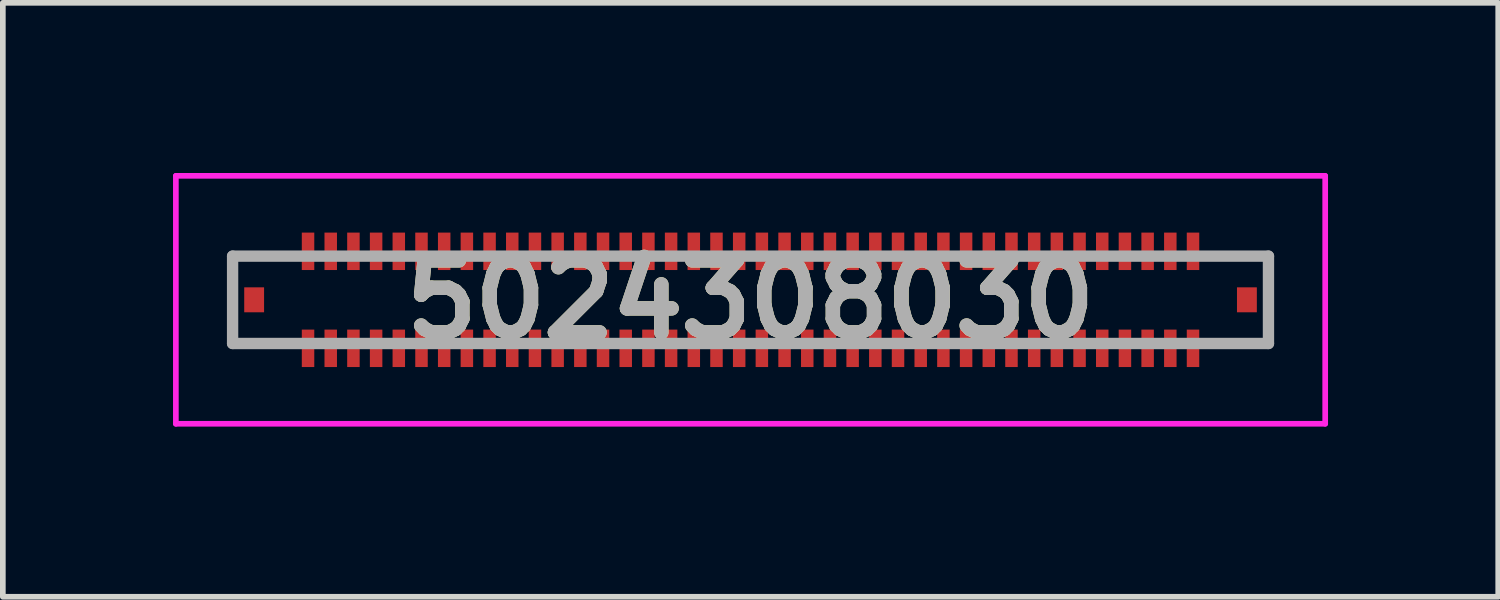
<source format=kicad_pcb>
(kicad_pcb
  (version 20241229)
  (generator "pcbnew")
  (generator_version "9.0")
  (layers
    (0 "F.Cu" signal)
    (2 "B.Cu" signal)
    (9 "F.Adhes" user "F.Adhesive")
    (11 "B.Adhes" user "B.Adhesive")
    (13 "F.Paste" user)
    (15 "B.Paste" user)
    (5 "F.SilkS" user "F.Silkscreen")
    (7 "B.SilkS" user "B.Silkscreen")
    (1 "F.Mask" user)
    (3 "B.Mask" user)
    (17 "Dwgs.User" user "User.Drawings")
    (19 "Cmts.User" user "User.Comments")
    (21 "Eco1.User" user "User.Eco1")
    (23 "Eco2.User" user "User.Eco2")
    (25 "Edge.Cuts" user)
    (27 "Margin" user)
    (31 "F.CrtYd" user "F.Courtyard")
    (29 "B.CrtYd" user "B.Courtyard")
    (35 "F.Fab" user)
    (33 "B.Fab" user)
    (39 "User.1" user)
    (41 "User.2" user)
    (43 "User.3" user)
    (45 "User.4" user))
  (footprint "5024308030"
    (layer "F.Cu")
    (at 10.18 2.235)
    (property "Reference" "5024308030" (at 0 0 0) (layer "F.SilkS") (effects (font (size 1.27 1.27) (thickness 0.254))))
    (attr smd)
    (fp_line (start -9.13 -0.77) (end -9.13 0.77) (stroke (width 0.1) (type solid)) (layer "F.SilkS"))
    (fp_line (start -9.13 0.77) (end -8.4 0.77) (stroke (width 0.1) (type solid)) (layer "F.SilkS"))
    (fp_line (start -8.4 -0.8) (end -9.13 -0.77) (stroke (width 0.1) (type solid)) (layer "F.SilkS"))
    (fp_line (start 8.4 -0.8) (end 9.13 -0.8) (stroke (width 0.1) (type solid)) (layer "F.SilkS"))
    (fp_line (start 9.13 -0.8) (end 9.13 0.77) (stroke (width 0.1) (type solid)) (layer "F.SilkS"))
    (fp_line (start 9.13 0.77) (end 8.4 0.77) (stroke (width 0.1) (type solid)) (layer "F.SilkS"))
    (fp_line (start -10.13 -2.185) (end 10.13 -2.185) (stroke (width 0.1) (type solid)) (layer "F.CrtYd"))
    (fp_line (start -10.13 2.185) (end -10.13 -2.185) (stroke (width 0.1) (type solid)) (layer "F.CrtYd"))
    (fp_line (start 10.13 -2.185) (end 10.13 2.185) (stroke (width 0.1) (type solid)) (layer "F.CrtYd"))
    (fp_line (start 10.13 2.185) (end -10.13 2.185) (stroke (width 0.1) (type solid)) (layer "F.CrtYd"))
    (fp_line (start -9.13 -0.77) (end 9.13 -0.77) (stroke (width 0.2) (type solid)) (layer "F.Fab"))
    (fp_line (start -9.13 0.77) (end -9.13 -0.77) (stroke (width 0.2) (type solid)) (layer "F.Fab"))
    (fp_line (start 9.13 -0.77) (end 9.13 0.77) (stroke (width 0.2) (type solid)) (layer "F.Fab"))
    (fp_line (start 9.13 0.77) (end -9.13 0.77) (stroke (width 0.2) (type solid)) (layer "F.Fab"))
    (fp_text user "${REFERENCE}" (at 0 0 0) (layer "F.Fab") (effects (font (size 1.27 1.27) (thickness 0.254))))
    (pad "1" smd rect (at -7.8 0.855) (size 0.22 0.66) (layers "F.Cu" "F.Mask" "F.Paste"))
    (pad "2" smd rect (at -7.8 -0.855) (size 0.22 0.66) (layers "F.Cu" "F.Mask" "F.Paste"))
    (pad "3" smd rect (at -7.4 0.855) (size 0.22 0.66) (layers "F.Cu" "F.Mask" "F.Paste"))
    (pad "4" smd rect (at -7.4 -0.855) (size 0.22 0.66) (layers "F.Cu" "F.Mask" "F.Paste"))
    (pad "5" smd rect (at -7 0.855) (size 0.22 0.66) (layers "F.Cu" "F.Mask" "F.Paste"))
    (pad "6" smd rect (at -7 -0.855) (size 0.22 0.66) (layers "F.Cu" "F.Mask" "F.Paste"))
    (pad "7" smd rect (at -6.6 0.855) (size 0.22 0.66) (layers "F.Cu" "F.Mask" "F.Paste"))
    (pad "8" smd rect (at -6.6 -0.855) (size 0.22 0.66) (layers "F.Cu" "F.Mask" "F.Paste"))
    (pad "9" smd rect (at -6.2 0.855) (size 0.22 0.66) (layers "F.Cu" "F.Mask" "F.Paste"))
    (pad "10" smd rect (at -6.2 -0.855) (size 0.22 0.66) (layers "F.Cu" "F.Mask" "F.Paste"))
    (pad "11" smd rect (at -5.8 0.855) (size 0.22 0.66) (layers "F.Cu" "F.Mask" "F.Paste"))
    (pad "12" smd rect (at -5.8 -0.855) (size 0.22 0.66) (layers "F.Cu" "F.Mask" "F.Paste"))
    (pad "13" smd rect (at -5.4 0.855) (size 0.22 0.66) (layers "F.Cu" "F.Mask" "F.Paste"))
    (pad "14" smd rect (at -5.4 -0.855) (size 0.22 0.66) (layers "F.Cu" "F.Mask" "F.Paste"))
    (pad "15" smd rect (at -5 0.855) (size 0.22 0.66) (layers "F.Cu" "F.Mask" "F.Paste"))
    (pad "16" smd rect (at -5 -0.855) (size 0.22 0.66) (layers "F.Cu" "F.Mask" "F.Paste"))
    (pad "17" smd rect (at -4.6 0.855) (size 0.22 0.66) (layers "F.Cu" "F.Mask" "F.Paste"))
    (pad "18" smd rect (at -4.6 -0.855) (size 0.22 0.66) (layers "F.Cu" "F.Mask" "F.Paste"))
    (pad "19" smd rect (at -4.2 0.855) (size 0.22 0.66) (layers "F.Cu" "F.Mask" "F.Paste"))
    (pad "20" smd rect (at -4.2 -0.855) (size 0.22 0.66) (layers "F.Cu" "F.Mask" "F.Paste"))
    (pad "21" smd rect (at -3.8 0.855) (size 0.22 0.66) (layers "F.Cu" "F.Mask" "F.Paste"))
    (pad "22" smd rect (at -3.8 -0.855) (size 0.22 0.66) (layers "F.Cu" "F.Mask" "F.Paste"))
    (pad "23" smd rect (at -3.4 0.855) (size 0.22 0.66) (layers "F.Cu" "F.Mask" "F.Paste"))
    (pad "24" smd rect (at -3.4 -0.855) (size 0.22 0.66) (layers "F.Cu" "F.Mask" "F.Paste"))
    (pad "25" smd rect (at -3 0.855) (size 0.22 0.66) (layers "F.Cu" "F.Mask" "F.Paste"))
    (pad "26" smd rect (at -3 -0.855) (size 0.22 0.66) (layers "F.Cu" "F.Mask" "F.Paste"))
    (pad "27" smd rect (at -2.6 0.855) (size 0.22 0.66) (layers "F.Cu" "F.Mask" "F.Paste"))
    (pad "28" smd rect (at -2.6 -0.855) (size 0.22 0.66) (layers "F.Cu" "F.Mask" "F.Paste"))
    (pad "29" smd rect (at -2.2 0.855) (size 0.22 0.66) (layers "F.Cu" "F.Mask" "F.Paste"))
    (pad "30" smd rect (at -2.2 -0.855) (size 0.22 0.66) (layers "F.Cu" "F.Mask" "F.Paste"))
    (pad "31" smd rect (at -1.8 0.855) (size 0.22 0.66) (layers "F.Cu" "F.Mask" "F.Paste"))
    (pad "32" smd rect (at -1.8 -0.855) (size 0.22 0.66) (layers "F.Cu" "F.Mask" "F.Paste"))
    (pad "33" smd rect (at -1.4 0.855) (size 0.22 0.66) (layers "F.Cu" "F.Mask" "F.Paste"))
    (pad "34" smd rect (at -1.4 -0.855) (size 0.22 0.66) (layers "F.Cu" "F.Mask" "F.Paste"))
    (pad "35" smd rect (at -1 0.855) (size 0.22 0.66) (layers "F.Cu" "F.Mask" "F.Paste"))
    (pad "36" smd rect (at -1 -0.855) (size 0.22 0.66) (layers "F.Cu" "F.Mask" "F.Paste"))
    (pad "37" smd rect (at -0.6 0.855) (size 0.22 0.66) (layers "F.Cu" "F.Mask" "F.Paste"))
    (pad "38" smd rect (at -0.6 -0.855) (size 0.22 0.66) (layers "F.Cu" "F.Mask" "F.Paste"))
    (pad "39" smd rect (at -0.2 0.855) (size 0.22 0.66) (layers "F.Cu" "F.Mask" "F.Paste"))
    (pad "40" smd rect (at -0.2 -0.855) (size 0.22 0.66) (layers "F.Cu" "F.Mask" "F.Paste"))
    (pad "41" smd rect (at 0.2 0.855) (size 0.22 0.66) (layers "F.Cu" "F.Mask" "F.Paste"))
    (pad "42" smd rect (at 0.2 -0.855) (size 0.22 0.66) (layers "F.Cu" "F.Mask" "F.Paste"))
    (pad "43" smd rect (at 0.6 0.855) (size 0.22 0.66) (layers "F.Cu" "F.Mask" "F.Paste"))
    (pad "44" smd rect (at 0.6 -0.855) (size 0.22 0.66) (layers "F.Cu" "F.Mask" "F.Paste"))
    (pad "45" smd rect (at 1 0.855) (size 0.22 0.66) (layers "F.Cu" "F.Mask" "F.Paste"))
    (pad "46" smd rect (at 1 -0.855) (size 0.22 0.66) (layers "F.Cu" "F.Mask" "F.Paste"))
    (pad "47" smd rect (at 1.4 0.855) (size 0.22 0.66) (layers "F.Cu" "F.Mask" "F.Paste"))
    (pad "48" smd rect (at 1.4 -0.855) (size 0.22 0.66) (layers "F.Cu" "F.Mask" "F.Paste"))
    (pad "49" smd rect (at 1.8 0.855) (size 0.22 0.66) (layers "F.Cu" "F.Mask" "F.Paste"))
    (pad "50" smd rect (at 1.8 -0.855) (size 0.22 0.66) (layers "F.Cu" "F.Mask" "F.Paste"))
    (pad "51" smd rect (at 2.2 0.855) (size 0.22 0.66) (layers "F.Cu" "F.Mask" "F.Paste"))
    (pad "52" smd rect (at 2.2 -0.855) (size 0.22 0.66) (layers "F.Cu" "F.Mask" "F.Paste"))
    (pad "53" smd rect (at 2.6 0.855) (size 0.22 0.66) (layers "F.Cu" "F.Mask" "F.Paste"))
    (pad "54" smd rect (at 2.6 -0.855) (size 0.22 0.66) (layers "F.Cu" "F.Mask" "F.Paste"))
    (pad "55" smd rect (at 3 0.855) (size 0.22 0.66) (layers "F.Cu" "F.Mask" "F.Paste"))
    (pad "56" smd rect (at 3 -0.855) (size 0.22 0.66) (layers "F.Cu" "F.Mask" "F.Paste"))
    (pad "57" smd rect (at 3.4 0.855) (size 0.22 0.66) (layers "F.Cu" "F.Mask" "F.Paste"))
    (pad "58" smd rect (at 3.4 -0.855) (size 0.22 0.66) (layers "F.Cu" "F.Mask" "F.Paste"))
    (pad "59" smd rect (at 3.8 0.855) (size 0.22 0.66) (layers "F.Cu" "F.Mask" "F.Paste"))
    (pad "60" smd rect (at 3.8 -0.855) (size 0.22 0.66) (layers "F.Cu" "F.Mask" "F.Paste"))
    (pad "61" smd rect (at 4.2 0.855) (size 0.22 0.66) (layers "F.Cu" "F.Mask" "F.Paste"))
    (pad "62" smd rect (at 4.2 -0.855) (size 0.22 0.66) (layers "F.Cu" "F.Mask" "F.Paste"))
    (pad "63" smd rect (at 4.6 0.855) (size 0.22 0.66) (layers "F.Cu" "F.Mask" "F.Paste"))
    (pad "64" smd rect (at 4.6 -0.855) (size 0.22 0.66) (layers "F.Cu" "F.Mask" "F.Paste"))
    (pad "65" smd rect (at 5 0.855) (size 0.22 0.66) (layers "F.Cu" "F.Mask" "F.Paste"))
    (pad "66" smd rect (at 5 -0.855) (size 0.22 0.66) (layers "F.Cu" "F.Mask" "F.Paste"))
    (pad "67" smd rect (at 5.4 0.855) (size 0.22 0.66) (layers "F.Cu" "F.Mask" "F.Paste"))
    (pad "68" smd rect (at 5.4 -0.855) (size 0.22 0.66) (layers "F.Cu" "F.Mask" "F.Paste"))
    (pad "69" smd rect (at 5.8 0.855) (size 0.22 0.66) (layers "F.Cu" "F.Mask" "F.Paste"))
    (pad "70" smd rect (at 5.8 -0.855) (size 0.22 0.66) (layers "F.Cu" "F.Mask" "F.Paste"))
    (pad "71" smd rect (at 6.2 0.855) (size 0.22 0.66) (layers "F.Cu" "F.Mask" "F.Paste"))
    (pad "72" smd rect (at 6.2 -0.855) (size 0.22 0.66) (layers "F.Cu" "F.Mask" "F.Paste"))
    (pad "73" smd rect (at 6.6 0.855) (size 0.22 0.66) (layers "F.Cu" "F.Mask" "F.Paste"))
    (pad "74" smd rect (at 6.6 -0.855) (size 0.22 0.66) (layers "F.Cu" "F.Mask" "F.Paste"))
    (pad "75" smd rect (at 7 0.855) (size 0.22 0.66) (layers "F.Cu" "F.Mask" "F.Paste"))
    (pad "76" smd rect (at 7 -0.855) (size 0.22 0.66) (layers "F.Cu" "F.Mask" "F.Paste"))
    (pad "77" smd rect (at 7.4 0.855) (size 0.22 0.66) (layers "F.Cu" "F.Mask" "F.Paste"))
    (pad "78" smd rect (at 7.4 -0.855) (size 0.22 0.66) (layers "F.Cu" "F.Mask" "F.Paste"))
    (pad "79" smd rect (at 7.8 0.855) (size 0.22 0.66) (layers "F.Cu" "F.Mask" "F.Paste"))
    (pad "80" smd rect (at 7.8 -0.855) (size 0.22 0.66) (layers "F.Cu" "F.Mask" "F.Paste"))
    (pad "MP1" smd rect (at -8.75 0) (size 0.35 0.44) (layers "F.Cu" "F.Mask" "F.Paste"))
    (pad "MP2" smd rect (at 8.75 0) (size 0.35 0.44) (layers "F.Cu" "F.Mask" "F.Paste")))
  (gr_rect
    (start -3 -3)
    (end 23.36 7.47)
    (stroke (width 0.1) (type default))
    (fill no)
    (layer "Edge.Cuts")))
</source>
